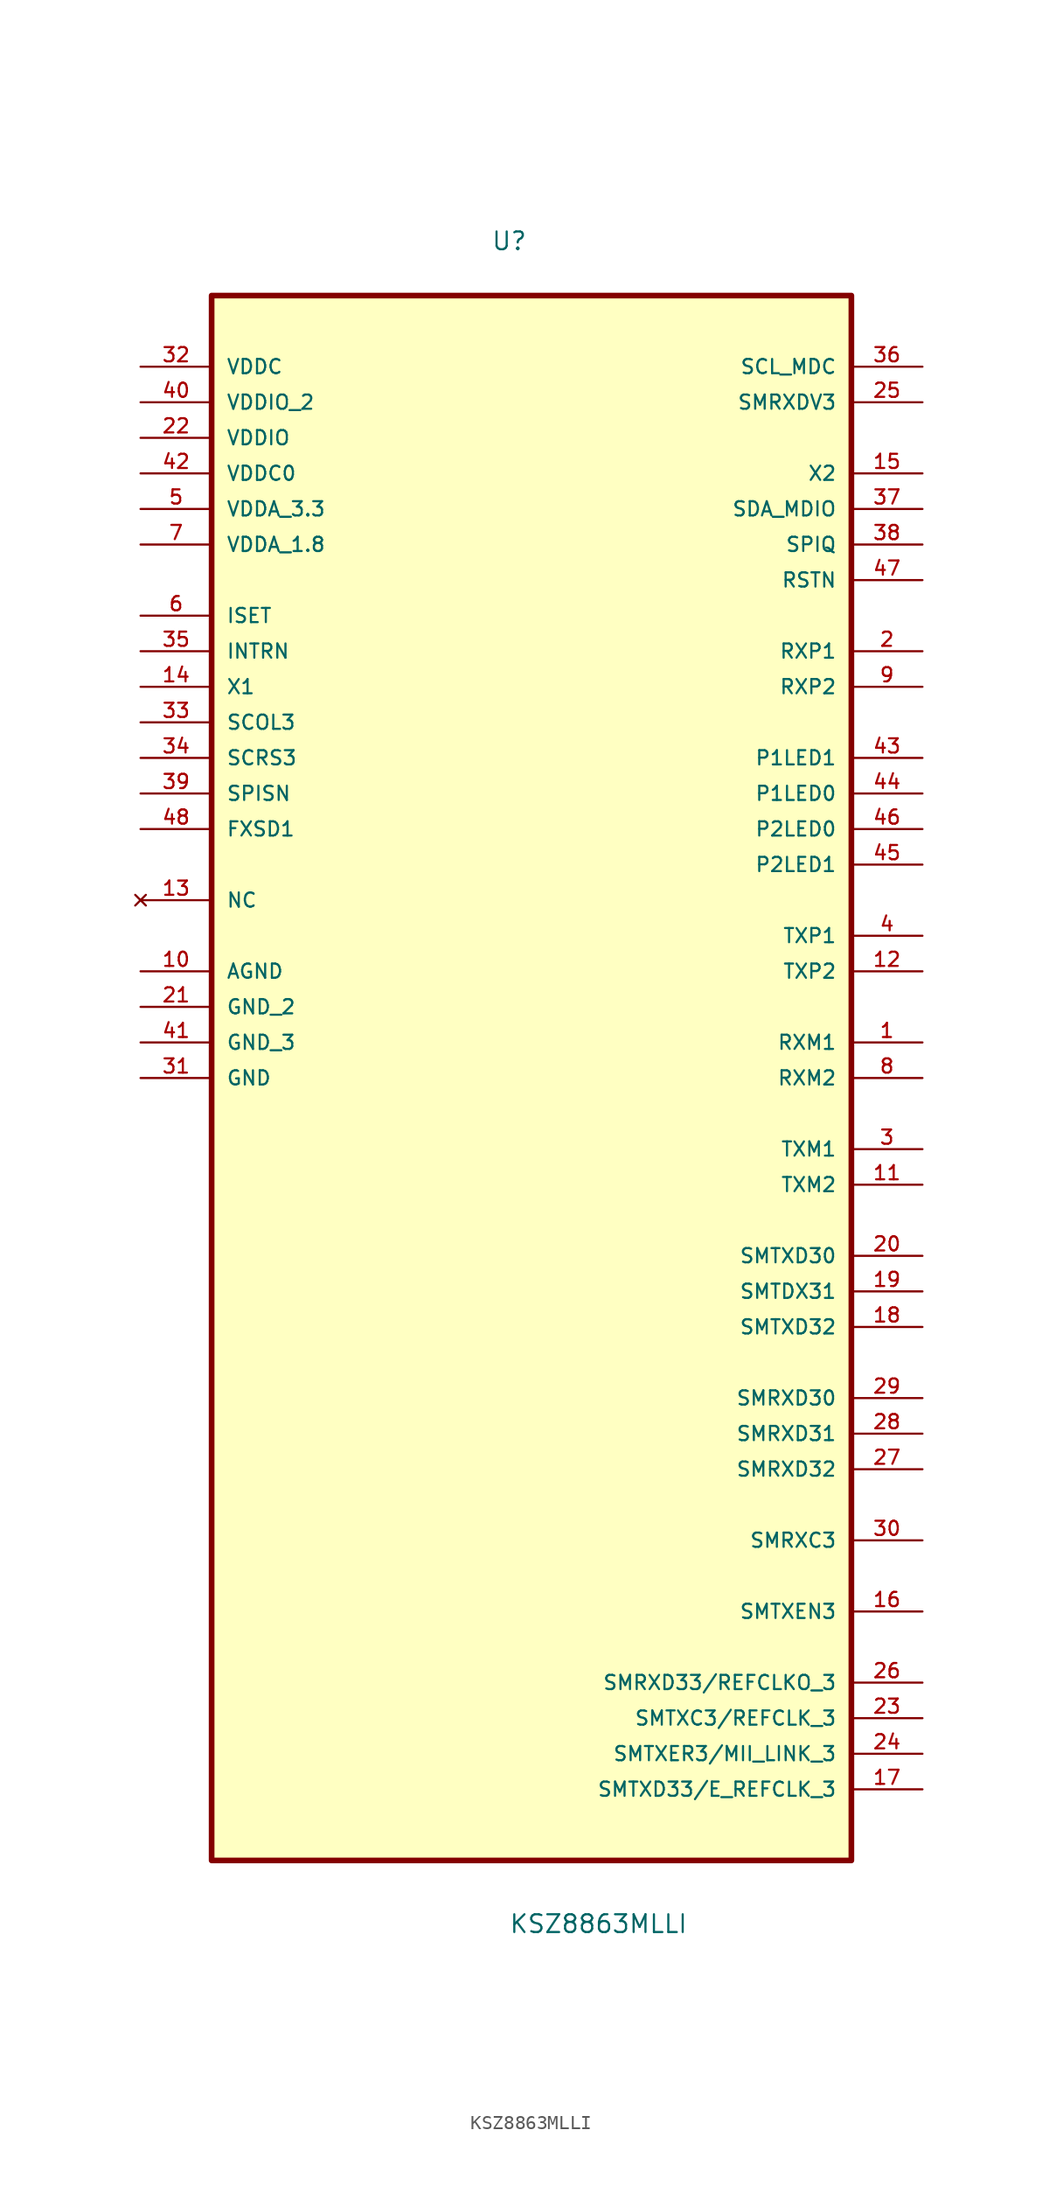
<source format=kicad_sym>
(kicad_symbol_lib
  (version 20211014)
  (generator kicad_symbol_editor)
  (symbol "KSZ8863MLLI"
    (pin_names
      (offset 1.016))
    (property "Reference" "U"
      (at -2.901 56.487 0.0)
      (effects (font (size 1.27 1.27)) (justify bottom left)))
    (property "Value" "KSZ8863MLLI"
      (at -1.631 -63.695 0.0)
      (effects (font (size 1.27 1.27)) (justify bottom left)))
    (symbol "KSZ8863MLLI_0_0"
      (rectangle (start -22.86 -58.42) (end 22.86 53.34) (stroke (width 0.406)) (fill (type background)))
      (pin power_in line (at -27.94 48.26 0) (length 5.08) (name "VDDC" (effects (font (size 1.016 1.016)))) (number "32" (effects (font (size 1.016 1.016)))))
      (pin power_in line (at -27.94 45.72 0) (length 5.08) (name "VDDIO_2" (effects (font (size 1.016 1.016)))) (number "40" (effects (font (size 1.016 1.016)))))
      (pin power_in line (at -27.94 43.18 0) (length 5.08) (name "VDDIO" (effects (font (size 1.016 1.016)))) (number "22" (effects (font (size 1.016 1.016)))))
      (pin power_in line (at -27.94 40.64 0) (length 5.08) (name "VDDC0" (effects (font (size 1.016 1.016)))) (number "42" (effects (font (size 1.016 1.016)))))
      (pin power_in line (at -27.94 38.1 0) (length 5.08) (name "VDDA_3.3" (effects (font (size 1.016 1.016)))) (number "5" (effects (font (size 1.016 1.016)))))
      (pin power_in line (at -27.94 35.56 0) (length 5.08) (name "VDDA_1.8" (effects (font (size 1.016 1.016)))) (number "7" (effects (font (size 1.016 1.016)))))
      (pin input line (at -27.94 30.48 0) (length 5.08) (name "ISET" (effects (font (size 1.016 1.016)))) (number "6" (effects (font (size 1.016 1.016)))))
      (pin input line (at -27.94 27.94 0) (length 5.08) (name "INTRN" (effects (font (size 1.016 1.016)))) (number "35" (effects (font (size 1.016 1.016)))))
      (pin input line (at -27.94 25.4 0) (length 5.08) (name "X1" (effects (font (size 1.016 1.016)))) (number "14" (effects (font (size 1.016 1.016)))))
      (pin bidirectional line (at -27.94 22.86 0) (length 5.08) (name "SCOL3" (effects (font (size 1.016 1.016)))) (number "33" (effects (font (size 1.016 1.016)))))
      (pin output line (at -27.94 20.32 0) (length 5.08) (name "SCRS3" (effects (font (size 1.016 1.016)))) (number "34" (effects (font (size 1.016 1.016)))))
      (pin input line (at -27.94 17.78 0) (length 5.08) (name "SPISN" (effects (font (size 1.016 1.016)))) (number "39" (effects (font (size 1.016 1.016)))))
      (pin passive line (at -27.94 15.24 0) (length 5.08) (name "FXSD1" (effects (font (size 1.016 1.016)))) (number "48" (effects (font (size 1.016 1.016)))))
      (pin no_connect line (at -27.94 10.16 0) (length 5.08) (name "NC" (effects (font (size 1.016 1.016)))) (number "13" (effects (font (size 1.016 1.016)))))
      (pin passive line (at -27.94 5.08 0) (length 5.08) (name "AGND" (effects (font (size 1.016 1.016)))) (number "10" (effects (font (size 1.016 1.016)))))
      (pin passive line (at -27.94 2.54 0) (length 5.08) (name "GND_2" (effects (font (size 1.016 1.016)))) (number "21" (effects (font (size 1.016 1.016)))))
      (pin passive line (at -27.94 0.0 0) (length 5.08) (name "GND_3" (effects (font (size 1.016 1.016)))) (number "41" (effects (font (size 1.016 1.016)))))
      (pin passive line (at -27.94 -2.54 0) (length 5.08) (name "GND" (effects (font (size 1.016 1.016)))) (number "31" (effects (font (size 1.016 1.016)))))
      (pin bidirectional line (at 27.94 48.26 180.0) (length 5.08) (name "SCL_MDC" (effects (font (size 1.016 1.016)))) (number "36" (effects (font (size 1.016 1.016)))))
      (pin bidirectional line (at 27.94 45.72 180.0) (length 5.08) (name "SMRXDV3" (effects (font (size 1.016 1.016)))) (number "25" (effects (font (size 1.016 1.016)))))
      (pin output line (at 27.94 40.64 180.0) (length 5.08) (name "X2" (effects (font (size 1.016 1.016)))) (number "15" (effects (font (size 1.016 1.016)))))
      (pin bidirectional line (at 27.94 38.1 180.0) (length 5.08) (name "SDA_MDIO" (effects (font (size 1.016 1.016)))) (number "37" (effects (font (size 1.016 1.016)))))
      (pin output line (at 27.94 35.56 180.0) (length 5.08) (name "SPIQ" (effects (font (size 1.016 1.016)))) (number "38" (effects (font (size 1.016 1.016)))))
      (pin bidirectional line (at 27.94 33.02 180.0) (length 5.08) (name "RSTN" (effects (font (size 1.016 1.016)))) (number "47" (effects (font (size 1.016 1.016)))))
      (pin bidirectional line (at 27.94 27.94 180.0) (length 5.08) (name "RXP1" (effects (font (size 1.016 1.016)))) (number "2" (effects (font (size 1.016 1.016)))))
      (pin bidirectional line (at 27.94 25.4 180.0) (length 5.08) (name "RXP2" (effects (font (size 1.016 1.016)))) (number "9" (effects (font (size 1.016 1.016)))))
      (pin bidirectional line (at 27.94 20.32 180.0) (length 5.08) (name "P1LED1" (effects (font (size 1.016 1.016)))) (number "43" (effects (font (size 1.016 1.016)))))
      (pin bidirectional line (at 27.94 17.78 180.0) (length 5.08) (name "P1LED0" (effects (font (size 1.016 1.016)))) (number "44" (effects (font (size 1.016 1.016)))))
      (pin bidirectional line (at 27.94 15.24 180.0) (length 5.08) (name "P2LED0" (effects (font (size 1.016 1.016)))) (number "46" (effects (font (size 1.016 1.016)))))
      (pin bidirectional line (at 27.94 12.7 180.0) (length 5.08) (name "P2LED1" (effects (font (size 1.016 1.016)))) (number "45" (effects (font (size 1.016 1.016)))))
      (pin bidirectional line (at 27.94 7.62 180.0) (length 5.08) (name "TXP1" (effects (font (size 1.016 1.016)))) (number "4" (effects (font (size 1.016 1.016)))))
      (pin bidirectional line (at 27.94 5.08 180.0) (length 5.08) (name "TXP2" (effects (font (size 1.016 1.016)))) (number "12" (effects (font (size 1.016 1.016)))))
      (pin bidirectional line (at 27.94 0.0 180.0) (length 5.08) (name "RXM1" (effects (font (size 1.016 1.016)))) (number "1" (effects (font (size 1.016 1.016)))))
      (pin bidirectional line (at 27.94 -2.54 180.0) (length 5.08) (name "RXM2" (effects (font (size 1.016 1.016)))) (number "8" (effects (font (size 1.016 1.016)))))
      (pin bidirectional line (at 27.94 -7.62 180.0) (length 5.08) (name "TXM1" (effects (font (size 1.016 1.016)))) (number "3" (effects (font (size 1.016 1.016)))))
      (pin bidirectional line (at 27.94 -10.16 180.0) (length 5.08) (name "TXM2" (effects (font (size 1.016 1.016)))) (number "11" (effects (font (size 1.016 1.016)))))
      (pin bidirectional line (at 27.94 -15.24 180.0) (length 5.08) (name "SMTXD30" (effects (font (size 1.016 1.016)))) (number "20" (effects (font (size 1.016 1.016)))))
      (pin bidirectional line (at 27.94 -17.78 180.0) (length 5.08) (name "SMTDX31" (effects (font (size 1.016 1.016)))) (number "19" (effects (font (size 1.016 1.016)))))
      (pin bidirectional line (at 27.94 -20.32 180.0) (length 5.08) (name "SMTXD32" (effects (font (size 1.016 1.016)))) (number "18" (effects (font (size 1.016 1.016)))))
      (pin bidirectional line (at 27.94 -25.4 180.0) (length 5.08) (name "SMRXD30" (effects (font (size 1.016 1.016)))) (number "29" (effects (font (size 1.016 1.016)))))
      (pin bidirectional line (at 27.94 -27.94 180.0) (length 5.08) (name "SMRXD31" (effects (font (size 1.016 1.016)))) (number "28" (effects (font (size 1.016 1.016)))))
      (pin bidirectional line (at 27.94 -30.48 180.0) (length 5.08) (name "SMRXD32" (effects (font (size 1.016 1.016)))) (number "27" (effects (font (size 1.016 1.016)))))
      (pin bidirectional line (at 27.94 -35.56 180.0) (length 5.08) (name "SMRXC3" (effects (font (size 1.016 1.016)))) (number "30" (effects (font (size 1.016 1.016)))))
      (pin bidirectional line (at 27.94 -40.64 180.0) (length 5.08) (name "SMTXEN3" (effects (font (size 1.016 1.016)))) (number "16" (effects (font (size 1.016 1.016)))))
      (pin bidirectional line (at 27.94 -45.72 180.0) (length 5.08) (name "SMRXD33/REFCLKO_3" (effects (font (size 1.016 1.016)))) (number "26" (effects (font (size 1.016 1.016)))))
      (pin bidirectional line (at 27.94 -48.26 180.0) (length 5.08) (name "SMTXC3/REFCLK_3" (effects (font (size 1.016 1.016)))) (number "23" (effects (font (size 1.016 1.016)))))
      (pin bidirectional line (at 27.94 -50.8 180.0) (length 5.08) (name "SMTXER3/MII_LINK_3" (effects (font (size 1.016 1.016)))) (number "24" (effects (font (size 1.016 1.016)))))
      (pin bidirectional line (at 27.94 -53.34 180.0) (length 5.08) (name "SMTXD33/E_REFCLK_3" (effects (font (size 1.016 1.016)))) (number "17" (effects (font (size 1.016 1.016))))))))
</source>
